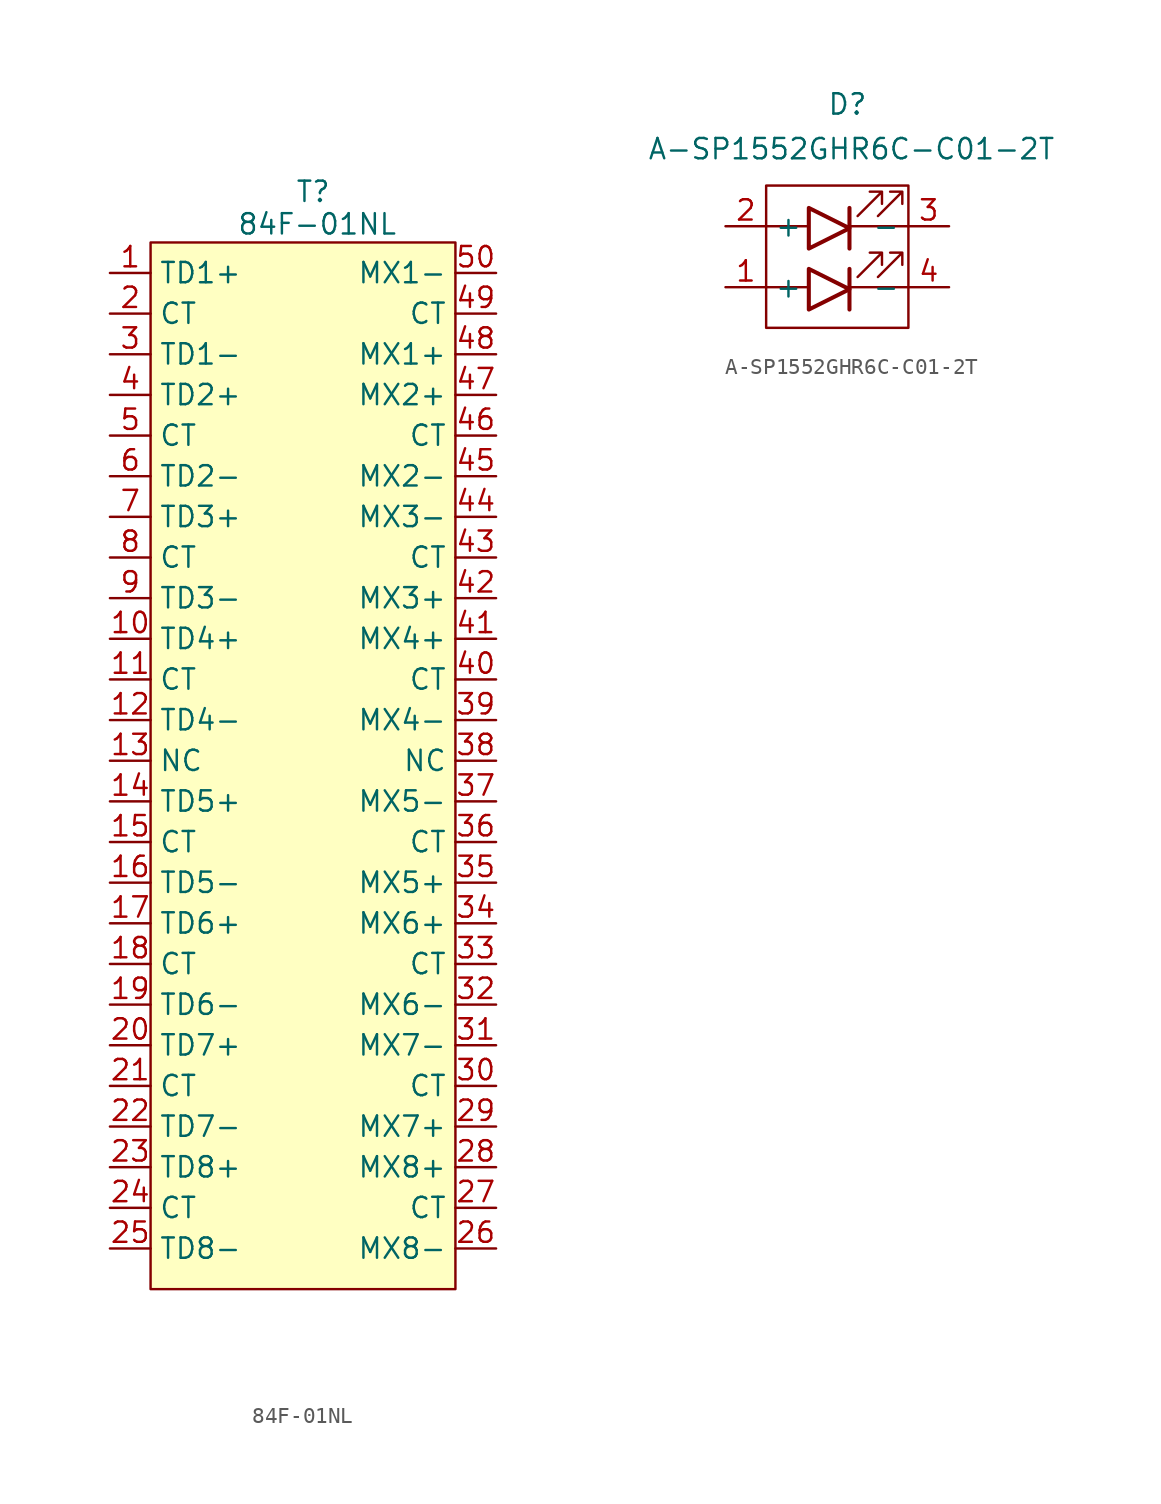
<source format=kicad_sym>
(kicad_symbol_lib
  (version 20241209)
  (generator "kicad_symbol_editor")
  (generator_version "9.0")
  (symbol "84F-01NL"
    (property "Reference" "T"
      (at 0 0 0)
      (effects (font (size 1.27 1.27))))
    (property "Value" "84F-01NL"
      (at 0.254 -2.032 0)
      (effects (font (size 1.27 1.27))))
    (symbol "84F-01NL_0_0"
      (pin bidirectional line (at -12.7 -5.08 0) (length 2.54) (name "TD1+" (effects (font (size 1.27 1.27)))) (number "1" (effects (font (size 1.27 1.27)))))
      (pin bidirectional line (at -12.7 -7.62 0) (length 2.54) (name "CT" (effects (font (size 1.27 1.27)))) (number "2" (effects (font (size 1.27 1.27)))))
      (pin bidirectional line (at -12.7 -10.16 0) (length 2.54) (name "TD1-" (effects (font (size 1.27 1.27)))) (number "3" (effects (font (size 1.27 1.27)))))
      (pin bidirectional line (at -12.7 -12.7 0) (length 2.54) (name "TD2+" (effects (font (size 1.27 1.27)))) (number "4" (effects (font (size 1.27 1.27)))))
      (pin bidirectional line (at -12.7 -15.24 0) (length 2.54) (name "CT" (effects (font (size 1.27 1.27)))) (number "5" (effects (font (size 1.27 1.27)))))
      (pin bidirectional line (at -12.7 -17.78 0) (length 2.54) (name "TD2-" (effects (font (size 1.27 1.27)))) (number "6" (effects (font (size 1.27 1.27)))))
      (pin bidirectional line (at -12.7 -20.32 0) (length 2.54) (name "TD3+" (effects (font (size 1.27 1.27)))) (number "7" (effects (font (size 1.27 1.27)))))
      (pin bidirectional line (at -12.7 -22.86 0) (length 2.54) (name "CT" (effects (font (size 1.27 1.27)))) (number "8" (effects (font (size 1.27 1.27)))))
      (pin bidirectional line (at -12.7 -25.4 0) (length 2.54) (name "TD3-" (effects (font (size 1.27 1.27)))) (number "9" (effects (font (size 1.27 1.27)))))
      (pin bidirectional line (at -12.7 -27.94 0) (length 2.54) (name "TD4+" (effects (font (size 1.27 1.27)))) (number "10" (effects (font (size 1.27 1.27)))))
      (pin bidirectional line (at -12.7 -30.48 0) (length 2.54) (name "CT" (effects (font (size 1.27 1.27)))) (number "11" (effects (font (size 1.27 1.27)))))
      (pin bidirectional line (at -12.7 -33.02 0) (length 2.54) (name "TD4-" (effects (font (size 1.27 1.27)))) (number "12" (effects (font (size 1.27 1.27)))))
      (pin bidirectional line (at -12.7 -35.56 0) (length 2.54) (name "NC" (effects (font (size 1.27 1.27)))) (number "13" (effects (font (size 1.27 1.27)))))
      (pin bidirectional line (at -12.7 -38.1 0) (length 2.54) (name "TD5+" (effects (font (size 1.27 1.27)))) (number "14" (effects (font (size 1.27 1.27)))))
      (pin bidirectional line (at -12.7 -40.64 0) (length 2.54) (name "CT" (effects (font (size 1.27 1.27)))) (number "15" (effects (font (size 1.27 1.27)))))
      (pin bidirectional line (at -12.7 -43.18 0) (length 2.54) (name "TD5-" (effects (font (size 1.27 1.27)))) (number "16" (effects (font (size 1.27 1.27)))))
      (pin bidirectional line (at -12.7 -45.72 0) (length 2.54) (name "TD6+" (effects (font (size 1.27 1.27)))) (number "17" (effects (font (size 1.27 1.27)))))
      (pin bidirectional line (at -12.7 -48.26 0) (length 2.54) (name "CT" (effects (font (size 1.27 1.27)))) (number "18" (effects (font (size 1.27 1.27)))))
      (pin bidirectional line (at -12.7 -50.8 0) (length 2.54) (name "TD6-" (effects (font (size 1.27 1.27)))) (number "19" (effects (font (size 1.27 1.27)))))
      (pin bidirectional line (at -12.7 -53.34 0) (length 2.54) (name "TD7+" (effects (font (size 1.27 1.27)))) (number "20" (effects (font (size 1.27 1.27)))))
      (pin bidirectional line (at -12.7 -55.88 0) (length 2.54) (name "CT" (effects (font (size 1.27 1.27)))) (number "21" (effects (font (size 1.27 1.27)))))
      (pin bidirectional line (at -12.7 -58.42 0) (length 2.54) (name "TD7-" (effects (font (size 1.27 1.27)))) (number "22" (effects (font (size 1.27 1.27)))))
      (pin bidirectional line (at -12.7 -60.96 0) (length 2.54) (name "TD8+" (effects (font (size 1.27 1.27)))) (number "23" (effects (font (size 1.27 1.27)))))
      (pin bidirectional line (at -12.7 -63.5 0) (length 2.54) (name "CT" (effects (font (size 1.27 1.27)))) (number "24" (effects (font (size 1.27 1.27)))))
      (pin bidirectional line (at -12.7 -66.04 0) (length 2.54) (name "TD8-" (effects (font (size 1.27 1.27)))) (number "25" (effects (font (size 1.27 1.27)))))
      (pin bidirectional line (at 11.43 -5.08 180) (length 2.54) (name "MX1-" (effects (font (size 1.27 1.27)))) (number "50" (effects (font (size 1.27 1.27)))))
      (pin bidirectional line (at 11.43 -7.62 180) (length 2.54) (name "CT" (effects (font (size 1.27 1.27)))) (number "49" (effects (font (size 1.27 1.27)))))
      (pin bidirectional line (at 11.43 -10.16 180) (length 2.54) (name "MX1+" (effects (font (size 1.27 1.27)))) (number "48" (effects (font (size 1.27 1.27)))))
      (pin bidirectional line (at 11.43 -12.7 180) (length 2.54) (name "MX2+" (effects (font (size 1.27 1.27)))) (number "47" (effects (font (size 1.27 1.27)))))
      (pin bidirectional line (at 11.43 -15.24 180) (length 2.54) (name "CT" (effects (font (size 1.27 1.27)))) (number "46" (effects (font (size 1.27 1.27)))))
      (pin bidirectional line (at 11.43 -17.78 180) (length 2.54) (name "MX2-" (effects (font (size 1.27 1.27)))) (number "45" (effects (font (size 1.27 1.27)))))
      (pin bidirectional line (at 11.43 -20.32 180) (length 2.54) (name "MX3-" (effects (font (size 1.27 1.27)))) (number "44" (effects (font (size 1.27 1.27)))))
      (pin bidirectional line (at 11.43 -22.86 180) (length 2.54) (name "CT" (effects (font (size 1.27 1.27)))) (number "43" (effects (font (size 1.27 1.27)))))
      (pin bidirectional line (at 11.43 -25.4 180) (length 2.54) (name "MX3+" (effects (font (size 1.27 1.27)))) (number "42" (effects (font (size 1.27 1.27)))))
      (pin bidirectional line (at 11.43 -27.94 180) (length 2.54) (name "MX4+" (effects (font (size 1.27 1.27)))) (number "41" (effects (font (size 1.27 1.27)))))
      (pin bidirectional line (at 11.43 -30.48 180) (length 2.54) (name "CT" (effects (font (size 1.27 1.27)))) (number "40" (effects (font (size 1.27 1.27)))))
      (pin bidirectional line (at 11.43 -33.02 180) (length 2.54) (name "MX4-" (effects (font (size 1.27 1.27)))) (number "39" (effects (font (size 1.27 1.27)))))
      (pin bidirectional line (at 11.43 -35.56 180) (length 2.54) (name "NC" (effects (font (size 1.27 1.27)))) (number "38" (effects (font (size 1.27 1.27)))))
      (pin bidirectional line (at 11.43 -38.1 180) (length 2.54) (name "MX5-" (effects (font (size 1.27 1.27)))) (number "37" (effects (font (size 1.27 1.27)))))
      (pin bidirectional line (at 11.43 -40.64 180) (length 2.54) (name "CT" (effects (font (size 1.27 1.27)))) (number "36" (effects (font (size 1.27 1.27)))))
      (pin bidirectional line (at 11.43 -43.18 180) (length 2.54) (name "MX5+" (effects (font (size 1.27 1.27)))) (number "35" (effects (font (size 1.27 1.27)))))
      (pin bidirectional line (at 11.43 -45.72 180) (length 2.54) (name "MX6+" (effects (font (size 1.27 1.27)))) (number "34" (effects (font (size 1.27 1.27)))))
      (pin bidirectional line (at 11.43 -48.26 180) (length 2.54) (name "CT" (effects (font (size 1.27 1.27)))) (number "33" (effects (font (size 1.27 1.27)))))
      (pin bidirectional line (at 11.43 -50.8 180) (length 2.54) (name "MX6-" (effects (font (size 1.27 1.27)))) (number "32" (effects (font (size 1.27 1.27)))))
      (pin bidirectional line (at 11.43 -53.34 180) (length 2.54) (name "MX7-" (effects (font (size 1.27 1.27)))) (number "31" (effects (font (size 1.27 1.27)))))
      (pin bidirectional line (at 11.43 -55.88 180) (length 2.54) (name "CT" (effects (font (size 1.27 1.27)))) (number "30" (effects (font (size 1.27 1.27)))))
      (pin bidirectional line (at 11.43 -58.42 180) (length 2.54) (name "MX7+" (effects (font (size 1.27 1.27)))) (number "29" (effects (font (size 1.27 1.27)))))
      (pin bidirectional line (at 11.43 -60.96 180) (length 2.54) (name "MX8+" (effects (font (size 1.27 1.27)))) (number "28" (effects (font (size 1.27 1.27)))))
      (pin bidirectional line (at 11.43 -63.5 180) (length 2.54) (name "CT" (effects (font (size 1.27 1.27)))) (number "27" (effects (font (size 1.27 1.27)))))
      (pin bidirectional line (at 11.43 -66.04 180) (length 2.54) (name "MX8-" (effects (font (size 1.27 1.27)))) (number "26" (effects (font (size 1.27 1.27))))))
    (symbol "84F-01NL_1_1"
      (rectangle (start -10.16 -3.175) (end 8.89 -68.58) (stroke (width 0) (type solid)) (fill (type background)))))
  (symbol "A-SP1552GHR6C-C01-2T"
    (property "Reference" "D"
      (at 0 0 0)
      (effects (font (size 1.27 1.27))))
    (property "Value" "A-SP1552GHR6C-C01-2T"
      (at 0.254 -2.794 0)
      (effects (font (size 1.27 1.27))))
    (symbol "A-SP1552GHR6C-C01-2T_0_1"
      (rectangle (start -5.08 -5.08) (end 3.81 -13.97) (stroke (width 0) (type default)) (fill (type none)))
      (polyline (pts (xy -5.08 -7.62) (xy -2.54 -7.62)) (stroke (width 0) (type default)) (fill (type none)))
      (polyline (pts (xy -5.08 -11.43) (xy -2.54 -11.43)) (stroke (width 0) (type default)) (fill (type none)))
      (polyline (pts (xy -2.413 -6.477) (xy -2.413 -9.017) (xy 0.127 -7.747) (xy -2.413 -6.477)) (stroke (width 0.254) (type default)) (fill (type none)))
      (polyline (pts (xy -2.413 -10.287) (xy -2.413 -12.827) (xy 0.127 -11.557) (xy -2.413 -10.287)) (stroke (width 0.254) (type default)) (fill (type none)))
      (polyline (pts (xy 0.127 -6.477) (xy 0.127 -9.017)) (stroke (width 0.254) (type default)) (fill (type none)))
      (polyline (pts (xy 0.127 -10.287) (xy 0.127 -12.827)) (stroke (width 0.254) (type default)) (fill (type none)))
      (polyline (pts (xy 0.635 -6.985) (xy 2.159 -5.461) (xy 1.397 -5.461) (xy 2.159 -5.461) (xy 2.159 -6.223)) (stroke (width 0) (type default)) (fill (type none)))
      (polyline (pts (xy 0.635 -10.795) (xy 2.159 -9.271) (xy 1.397 -9.271) (xy 2.159 -9.271) (xy 2.159 -10.033)) (stroke (width 0) (type default)) (fill (type none)))
      (polyline (pts (xy 1.905 -6.985) (xy 3.429 -5.461) (xy 2.667 -5.461) (xy 3.429 -5.461) (xy 3.429 -6.223)) (stroke (width 0) (type default)) (fill (type none)))
      (polyline (pts (xy 1.905 -10.795) (xy 3.429 -9.271) (xy 2.667 -9.271) (xy 3.429 -9.271) (xy 3.429 -10.033)) (stroke (width 0) (type default)) (fill (type none)))
      (polyline (pts (xy 3.81 -7.62) (xy 0 -7.62)) (stroke (width 0) (type default)) (fill (type none)))
      (polyline (pts (xy 3.81 -11.43) (xy 0 -11.43)) (stroke (width 0) (type default)) (fill (type none))))
    (symbol "A-SP1552GHR6C-C01-2T_1_1"
      (pin input line (at -7.62 -7.62 0) (length 2.54) (name "+" (effects (font (size 1.27 1.27)))) (number "2" (effects (font (size 1.27 1.27)))))
      (pin input line (at -7.62 -11.43 0) (length 2.54) (name "+" (effects (font (size 1.27 1.27)))) (number "1" (effects (font (size 1.27 1.27)))))
      (pin input line (at 6.35 -7.62 180) (length 2.54) (name "-" (effects (font (size 1.27 1.27)))) (number "3" (effects (font (size 1.27 1.27)))))
      (pin input line (at 6.35 -11.43 180) (length 2.54) (name "-" (effects (font (size 1.27 1.27)))) (number "4" (effects (font (size 1.27 1.27))))))))
</source>
